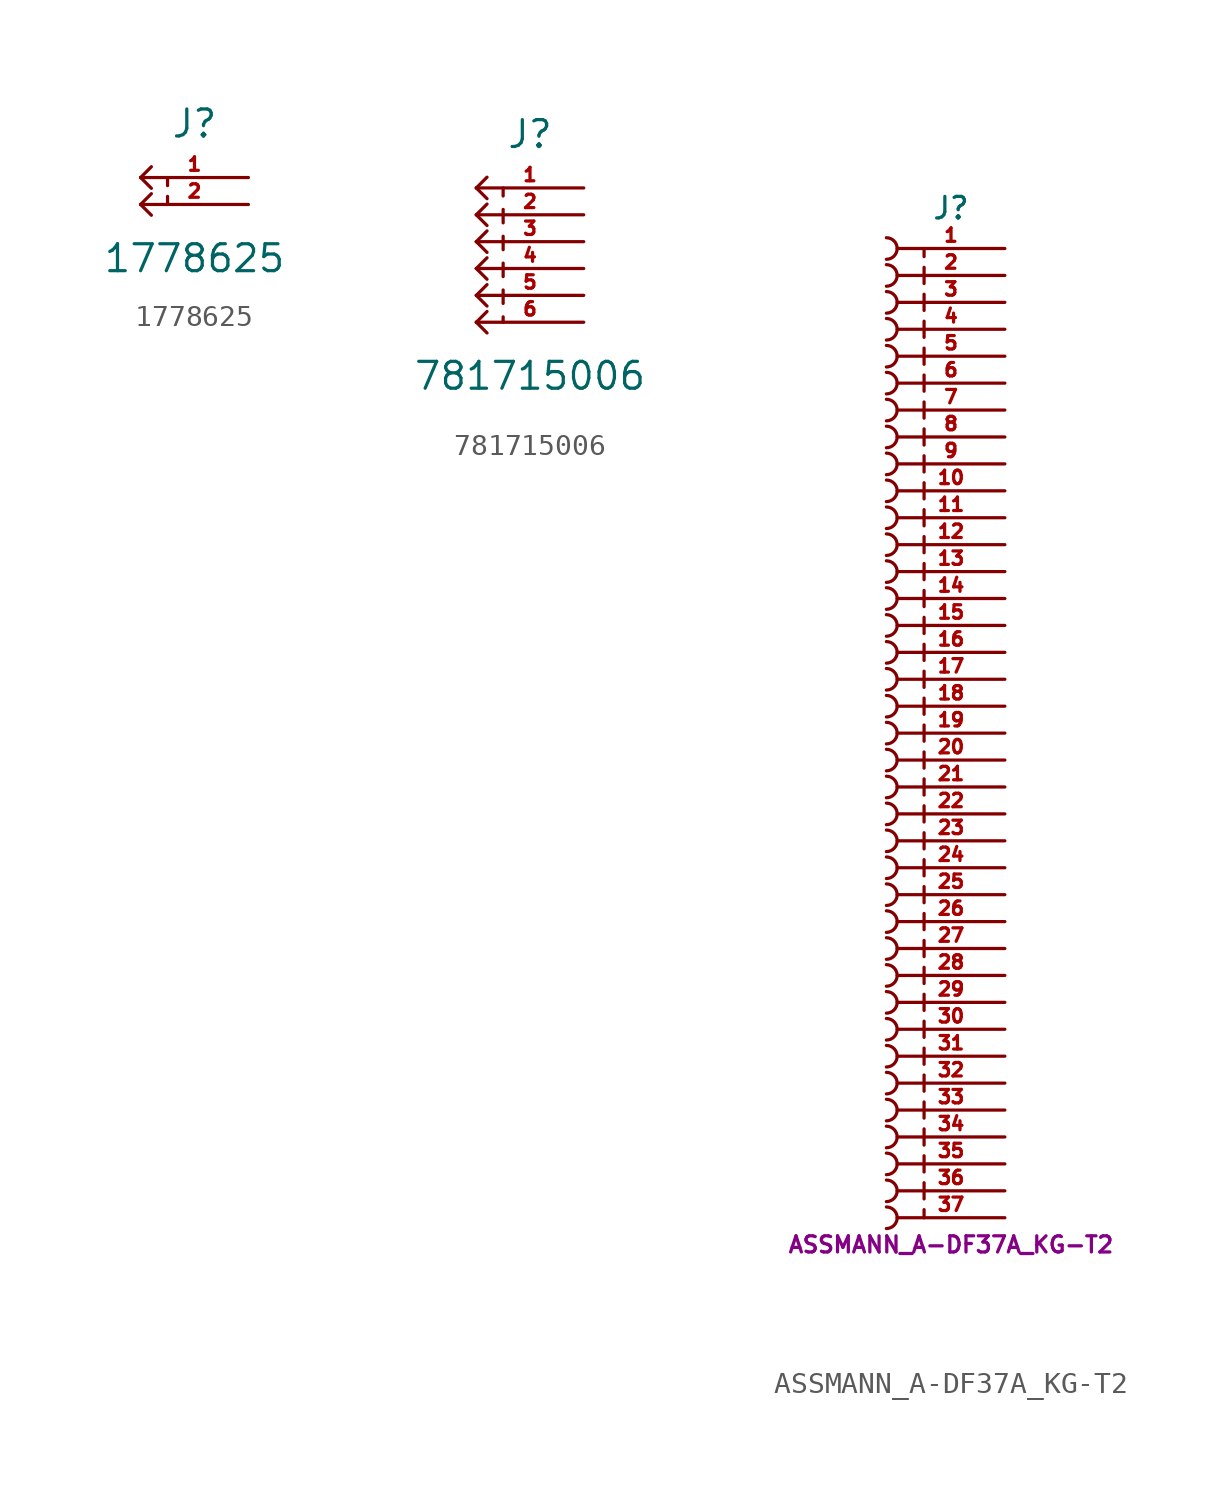
<source format=kicad_sym>
(kicad_symbol_lib
  (version 20211014)
  (generator kicad_symbol_editor)
  (symbol "1778625"
    (property "Reference" "J"
      (at 0 3.81 0)
      (effects (font (size 1.27 1.27))))
    (property "Value" "1778625"
      (at 0 -2.54 0)
      (effects (font (size 1.27 1.27))))
    (symbol "1778625_0_1"
      (polyline (pts (xy -2.54 0) (xy -2.032 -0.508)) (stroke (width 0) (type default) (color 0 0 0 0)) (fill (type none)))
      (polyline (pts (xy -2.54 0) (xy -2.032 0.508)) (stroke (width 0) (type default) (color 0 0 0 0)) (fill (type none)))
      (polyline (pts (xy -2.54 1.27) (xy -2.032 0.762)) (stroke (width 0) (type default) (color 0 0 0 0)) (fill (type none)))
      (polyline (pts (xy -2.54 1.27) (xy -2.032 1.778)) (stroke (width 0) (type default) (color 0 0 0 0)) (fill (type none)))
      (polyline (pts (xy -1.27 0.381) (xy -1.27 0)) (stroke (width 0) (type default) (color 0 0 0 0)) (fill (type none)))
      (polyline (pts (xy -1.27 1.27) (xy -1.27 0.889)) (stroke (width 0) (type default) (color 0 0 0 0)) (fill (type none))))
    (symbol "1778625_1_1"
      (pin passive line (at 2.54 1.27 180) (length 5.08) (name "" (effects (font (size 0.635 0.635)))) (number "1" (effects (font (size 0.635 0.635)))))
      (pin passive line (at 2.54 0 180) (length 5.08) (name "" (effects (font (size 0.635 0.635)))) (number "2" (effects (font (size 0.635 0.635)))))))
  (symbol "781715006"
    (property "Reference" "J"
      (at 0 3.81 0)
      (effects (font (size 1.27 1.27))))
    (property "Value" "781715006"
      (at 0 -7.62 0)
      (effects (font (size 1.27 1.27))))
    (symbol "781715006_0_1"
      (polyline (pts (xy -2.54 -5.08) (xy -2.032 -5.588)) (stroke (width 0) (type default) (color 0 0 0 0)) (fill (type none)))
      (polyline (pts (xy -2.54 -5.08) (xy -2.032 -4.572)) (stroke (width 0) (type default) (color 0 0 0 0)) (fill (type none)))
      (polyline (pts (xy -2.54 -3.81) (xy -2.032 -4.318)) (stroke (width 0) (type default) (color 0 0 0 0)) (fill (type none)))
      (polyline (pts (xy -2.54 -3.81) (xy -2.032 -3.302)) (stroke (width 0) (type default) (color 0 0 0 0)) (fill (type none)))
      (polyline (pts (xy -2.54 -2.54) (xy -2.032 -3.048)) (stroke (width 0) (type default) (color 0 0 0 0)) (fill (type none)))
      (polyline (pts (xy -2.54 -2.54) (xy -2.032 -2.032)) (stroke (width 0) (type default) (color 0 0 0 0)) (fill (type none)))
      (polyline (pts (xy -2.54 -1.27) (xy -2.032 -1.778)) (stroke (width 0) (type default) (color 0 0 0 0)) (fill (type none)))
      (polyline (pts (xy -2.54 -1.27) (xy -2.032 -0.762)) (stroke (width 0) (type default) (color 0 0 0 0)) (fill (type none)))
      (polyline (pts (xy -2.54 0) (xy -2.032 -0.508)) (stroke (width 0) (type default) (color 0 0 0 0)) (fill (type none)))
      (polyline (pts (xy -2.54 0) (xy -2.032 0.508)) (stroke (width 0) (type default) (color 0 0 0 0)) (fill (type none)))
      (polyline (pts (xy -2.54 1.27) (xy -2.032 0.762)) (stroke (width 0) (type default) (color 0 0 0 0)) (fill (type none)))
      (polyline (pts (xy -2.54 1.27) (xy -2.032 1.778)) (stroke (width 0) (type default) (color 0 0 0 0)) (fill (type none)))
      (polyline (pts (xy -1.27 -4.826) (xy -1.27 -5.08)) (stroke (width 0) (type default) (color 0 0 0 0)) (fill (type none)))
      (polyline (pts (xy -1.27 -3.556) (xy -1.27 -4.191)) (stroke (width 0) (type default) (color 0 0 0 0)) (fill (type none)))
      (polyline (pts (xy -1.27 -2.286) (xy -1.27 -2.921)) (stroke (width 0) (type default) (color 0 0 0 0)) (fill (type none)))
      (polyline (pts (xy -1.27 -1.016) (xy -1.27 -1.651)) (stroke (width 0) (type default) (color 0 0 0 0)) (fill (type none)))
      (polyline (pts (xy -1.27 0.254) (xy -1.27 -0.381)) (stroke (width 0) (type default) (color 0 0 0 0)) (fill (type none)))
      (polyline (pts (xy -1.27 1.27) (xy -1.27 0.889)) (stroke (width 0) (type default) (color 0 0 0 0)) (fill (type none))))
    (symbol "781715006_1_1"
      (pin passive line (at 2.54 1.27 180) (length 5.08) (name "" (effects (font (size 0.635 0.635)))) (number "1" (effects (font (size 0.635 0.635)))))
      (pin passive line (at 2.54 0 180) (length 5.08) (name "" (effects (font (size 0.635 0.635)))) (number "2" (effects (font (size 0.635 0.635)))))
      (pin passive line (at 2.54 -1.27 180) (length 5.08) (name "" (effects (font (size 0.635 0.635)))) (number "3" (effects (font (size 0.635 0.635)))))
      (pin passive line (at 2.54 -2.54 180) (length 5.08) (name "" (effects (font (size 0.635 0.635)))) (number "4" (effects (font (size 0.635 0.635)))))
      (pin passive line (at 2.54 -3.81 180) (length 5.08) (name "" (effects (font (size 0.635 0.635)))) (number "5" (effects (font (size 0.635 0.635)))))
      (pin passive line (at 2.54 -5.08 180) (length 5.08) (name "" (effects (font (size 0.635 0.635)))) (number "6" (effects (font (size 0.635 0.635)))))))
  (symbol "ASSMANN_A-DF37A_KG-T2"
    (pin_names
      (offset 2.54))
    (property "Reference" "J"
      (at 0 24.765 0)
      (effects (font (size 1.016 1.016))))
    (property "Footprint" ""
      (at 0 3.81 0)
      (effects (font (size 1.524 1.524))))
    (property "Datasheet" ""
      (at 0 3.81 0)
      (effects (font (size 1.524 1.524))))
    (property "Unit" "ASSMANN_A-DF37A_KG-T2"
      (at 0 -24.13 0)
      (effects (font (size 0.762 0.762))))
    (symbol "ASSMANN_A-DF37A_KG-T2_0_1"
      (arc (start -3.048 -23.368) (mid -2.54 -22.86) (end -3.048 -22.352) (stroke (width 0) (type default) (color 0 0 0 0)) (fill (type none)))
      (arc (start -3.048 -22.098) (mid -2.54 -21.59) (end -3.048 -21.082) (stroke (width 0) (type default) (color 0 0 0 0)) (fill (type none)))
      (arc (start -3.048 -20.828) (mid -2.54 -20.32) (end -3.048 -19.812) (stroke (width 0) (type default) (color 0 0 0 0)) (fill (type none)))
      (arc (start -3.048 -19.558) (mid -2.54 -19.05) (end -3.048 -18.542) (stroke (width 0) (type default) (color 0 0 0 0)) (fill (type none)))
      (arc (start -3.048 -18.288) (mid -2.54 -17.78) (end -3.048 -17.272) (stroke (width 0) (type default) (color 0 0 0 0)) (fill (type none)))
      (arc (start -3.048 -17.018) (mid -2.54 -16.51) (end -3.048 -16.002) (stroke (width 0) (type default) (color 0 0 0 0)) (fill (type none)))
      (arc (start -3.048 -15.748) (mid -2.54 -15.24) (end -3.048 -14.732) (stroke (width 0) (type default) (color 0 0 0 0)) (fill (type none)))
      (arc (start -3.048 -14.478) (mid -2.54 -13.97) (end -3.048 -13.462) (stroke (width 0) (type default) (color 0 0 0 0)) (fill (type none)))
      (arc (start -3.048 -13.208) (mid -2.54 -12.7) (end -3.048 -12.192) (stroke (width 0) (type default) (color 0 0 0 0)) (fill (type none)))
      (arc (start -3.048 -11.938) (mid -2.54 -11.43) (end -3.048 -10.922) (stroke (width 0) (type default) (color 0 0 0 0)) (fill (type none)))
      (arc (start -3.048 -10.668) (mid -2.54 -10.16) (end -3.048 -9.652) (stroke (width 0) (type default) (color 0 0 0 0)) (fill (type none)))
      (arc (start -3.048 -9.398) (mid -2.54 -8.89) (end -3.048 -8.382) (stroke (width 0) (type default) (color 0 0 0 0)) (fill (type none)))
      (arc (start -3.048 -8.128) (mid -2.54 -7.62) (end -3.048 -7.112) (stroke (width 0) (type default) (color 0 0 0 0)) (fill (type none)))
      (arc (start -3.048 -6.858) (mid -2.54 -6.35) (end -3.048 -5.842) (stroke (width 0) (type default) (color 0 0 0 0)) (fill (type none)))
      (arc (start -3.048 -5.588) (mid -2.54 -5.08) (end -3.048 -4.572) (stroke (width 0) (type default) (color 0 0 0 0)) (fill (type none)))
      (arc (start -3.048 -4.318) (mid -2.54 -3.81) (end -3.048 -3.302) (stroke (width 0) (type default) (color 0 0 0 0)) (fill (type none)))
      (arc (start -3.048 -3.048) (mid -2.54 -2.54) (end -3.048 -2.032) (stroke (width 0) (type default) (color 0 0 0 0)) (fill (type none)))
      (arc (start -3.048 -1.778) (mid -2.54 -1.27) (end -3.048 -0.762) (stroke (width 0) (type default) (color 0 0 0 0)) (fill (type none)))
      (arc (start -3.048 -0.508) (mid -2.54 0) (end -3.048 0.508) (stroke (width 0) (type default) (color 0 0 0 0)) (fill (type none)))
      (arc (start -3.048 0.762) (mid -2.54 1.27) (end -3.048 1.778) (stroke (width 0) (type default) (color 0 0 0 0)) (fill (type none)))
      (arc (start -3.048 2.032) (mid -2.54 2.54) (end -3.048 3.048) (stroke (width 0) (type default) (color 0 0 0 0)) (fill (type none)))
      (arc (start -3.048 3.302) (mid -2.54 3.81) (end -3.048 4.318) (stroke (width 0) (type default) (color 0 0 0 0)) (fill (type none)))
      (arc (start -3.048 4.572) (mid -2.54 5.08) (end -3.048 5.588) (stroke (width 0) (type default) (color 0 0 0 0)) (fill (type none)))
      (arc (start -3.048 5.842) (mid -2.54 6.35) (end -3.048 6.858) (stroke (width 0) (type default) (color 0 0 0 0)) (fill (type none)))
      (arc (start -3.048 7.112) (mid -2.54 7.62) (end -3.048 8.128) (stroke (width 0) (type default) (color 0 0 0 0)) (fill (type none)))
      (arc (start -3.048 8.382) (mid -2.54 8.89) (end -3.048 9.398) (stroke (width 0) (type default) (color 0 0 0 0)) (fill (type none)))
      (arc (start -3.048 9.652) (mid -2.54 10.16) (end -3.048 10.668) (stroke (width 0) (type default) (color 0 0 0 0)) (fill (type none)))
      (arc (start -3.048 10.922) (mid -2.54 11.43) (end -3.048 11.938) (stroke (width 0) (type default) (color 0 0 0 0)) (fill (type none)))
      (arc (start -3.048 12.192) (mid -2.54 12.7) (end -3.048 13.208) (stroke (width 0) (type default) (color 0 0 0 0)) (fill (type none)))
      (arc (start -3.048 13.462) (mid -2.54 13.97) (end -3.048 14.478) (stroke (width 0) (type default) (color 0 0 0 0)) (fill (type none)))
      (arc (start -3.048 14.732) (mid -2.54 15.24) (end -3.048 15.748) (stroke (width 0) (type default) (color 0 0 0 0)) (fill (type none)))
      (arc (start -3.048 16.002) (mid -2.54 16.51) (end -3.048 17.018) (stroke (width 0) (type default) (color 0 0 0 0)) (fill (type none)))
      (arc (start -3.048 17.272) (mid -2.54 17.78) (end -3.048 18.288) (stroke (width 0) (type default) (color 0 0 0 0)) (fill (type none)))
      (arc (start -3.048 18.542) (mid -2.54 19.05) (end -3.048 19.558) (stroke (width 0) (type default) (color 0 0 0 0)) (fill (type none)))
      (arc (start -3.048 19.812) (mid -2.54 20.32) (end -3.048 20.828) (stroke (width 0) (type default) (color 0 0 0 0)) (fill (type none)))
      (arc (start -3.048 21.082) (mid -2.54 21.59) (end -3.048 22.098) (stroke (width 0) (type default) (color 0 0 0 0)) (fill (type none)))
      (arc (start -3.048 22.352) (mid -2.54 22.86) (end -3.048 23.368) (stroke (width 0) (type default) (color 0 0 0 0)) (fill (type none)))
      (polyline (pts (xy -1.27 -22.86) (xy -1.27 -22.479)) (stroke (width 0) (type default) (color 0 0 0 0)) (fill (type none)))
      (polyline (pts (xy -1.27 -21.971) (xy -1.27 -21.209)) (stroke (width 0) (type default) (color 0 0 0 0)) (fill (type none)))
      (polyline (pts (xy -1.27 -20.701) (xy -1.27 -19.939)) (stroke (width 0) (type default) (color 0 0 0 0)) (fill (type none)))
      (polyline (pts (xy -1.27 -19.431) (xy -1.27 -18.669)) (stroke (width 0) (type default) (color 0 0 0 0)) (fill (type none)))
      (polyline (pts (xy -1.27 -18.161) (xy -1.27 -17.399)) (stroke (width 0) (type default) (color 0 0 0 0)) (fill (type none)))
      (polyline (pts (xy -1.27 -16.891) (xy -1.27 -16.129)) (stroke (width 0) (type default) (color 0 0 0 0)) (fill (type none)))
      (polyline (pts (xy -1.27 -15.621) (xy -1.27 -14.859)) (stroke (width 0) (type default) (color 0 0 0 0)) (fill (type none)))
      (polyline (pts (xy -1.27 -14.351) (xy -1.27 -13.589)) (stroke (width 0) (type default) (color 0 0 0 0)) (fill (type none)))
      (polyline (pts (xy -1.27 -13.081) (xy -1.27 -12.319)) (stroke (width 0) (type default) (color 0 0 0 0)) (fill (type none)))
      (polyline (pts (xy -1.27 -11.811) (xy -1.27 -11.049)) (stroke (width 0) (type default) (color 0 0 0 0)) (fill (type none)))
      (polyline (pts (xy -1.27 -10.541) (xy -1.27 -9.779)) (stroke (width 0) (type default) (color 0 0 0 0)) (fill (type none)))
      (polyline (pts (xy -1.27 -9.271) (xy -1.27 -8.509)) (stroke (width 0) (type default) (color 0 0 0 0)) (fill (type none)))
      (polyline (pts (xy -1.27 -8.001) (xy -1.27 -7.239)) (stroke (width 0) (type default) (color 0 0 0 0)) (fill (type none)))
      (polyline (pts (xy -1.27 -6.731) (xy -1.27 -5.969)) (stroke (width 0) (type default) (color 0 0 0 0)) (fill (type none)))
      (polyline (pts (xy -1.27 -5.461) (xy -1.27 -4.699)) (stroke (width 0) (type default) (color 0 0 0 0)) (fill (type none)))
      (polyline (pts (xy -1.27 -4.191) (xy -1.27 -3.429)) (stroke (width 0) (type default) (color 0 0 0 0)) (fill (type none)))
      (polyline (pts (xy -1.27 -2.921) (xy -1.27 -2.159)) (stroke (width 0) (type default) (color 0 0 0 0)) (fill (type none)))
      (polyline (pts (xy -1.27 -1.651) (xy -1.27 -0.889)) (stroke (width 0) (type default) (color 0 0 0 0)) (fill (type none)))
      (polyline (pts (xy -1.27 -0.381) (xy -1.27 0.381)) (stroke (width 0) (type default) (color 0 0 0 0)) (fill (type none)))
      (polyline (pts (xy -1.27 0.889) (xy -1.27 1.651)) (stroke (width 0) (type default) (color 0 0 0 0)) (fill (type none)))
      (polyline (pts (xy -1.27 2.159) (xy -1.27 2.921)) (stroke (width 0) (type default) (color 0 0 0 0)) (fill (type none)))
      (polyline (pts (xy -1.27 3.429) (xy -1.27 4.191)) (stroke (width 0) (type default) (color 0 0 0 0)) (fill (type none)))
      (polyline (pts (xy -1.27 4.699) (xy -1.27 5.461)) (stroke (width 0) (type default) (color 0 0 0 0)) (fill (type none)))
      (polyline (pts (xy -1.27 5.969) (xy -1.27 6.731)) (stroke (width 0) (type default) (color 0 0 0 0)) (fill (type none)))
      (polyline (pts (xy -1.27 7.239) (xy -1.27 8.001)) (stroke (width 0) (type default) (color 0 0 0 0)) (fill (type none)))
      (polyline (pts (xy -1.27 8.509) (xy -1.27 9.271)) (stroke (width 0) (type default) (color 0 0 0 0)) (fill (type none)))
      (polyline (pts (xy -1.27 9.779) (xy -1.27 10.541)) (stroke (width 0) (type default) (color 0 0 0 0)) (fill (type none)))
      (polyline (pts (xy -1.27 11.049) (xy -1.27 11.811)) (stroke (width 0) (type default) (color 0 0 0 0)) (fill (type none)))
      (polyline (pts (xy -1.27 12.319) (xy -1.27 13.081)) (stroke (width 0) (type default) (color 0 0 0 0)) (fill (type none)))
      (polyline (pts (xy -1.27 13.589) (xy -1.27 14.351)) (stroke (width 0) (type default) (color 0 0 0 0)) (fill (type none)))
      (polyline (pts (xy -1.27 14.859) (xy -1.27 15.621)) (stroke (width 0) (type default) (color 0 0 0 0)) (fill (type none)))
      (polyline (pts (xy -1.27 16.129) (xy -1.27 16.891)) (stroke (width 0) (type default) (color 0 0 0 0)) (fill (type none)))
      (polyline (pts (xy -1.27 17.399) (xy -1.27 18.161)) (stroke (width 0) (type default) (color 0 0 0 0)) (fill (type none)))
      (polyline (pts (xy -1.27 18.669) (xy -1.27 19.431)) (stroke (width 0) (type default) (color 0 0 0 0)) (fill (type none)))
      (polyline (pts (xy -1.27 19.939) (xy -1.27 20.701)) (stroke (width 0) (type default) (color 0 0 0 0)) (fill (type none)))
      (polyline (pts (xy -1.27 21.209) (xy -1.27 21.971)) (stroke (width 0) (type default) (color 0 0 0 0)) (fill (type none)))
      (polyline (pts (xy -1.27 22.86) (xy -1.27 22.479)) (stroke (width 0) (type default) (color 0 0 0 0)) (fill (type none))))
    (symbol "ASSMANN_A-DF37A_KG-T2_1_1"
      (pin passive line (at 2.54 22.86 180) (length 5.08) (name "~" (effects (font (size 0.635 0.635)))) (number "1" (effects (font (size 0.635 0.635)))))
      (pin passive line (at 2.54 11.43 180) (length 5.08) (name "~" (effects (font (size 0.635 0.635)))) (number "10" (effects (font (size 0.635 0.635)))))
      (pin passive line (at 2.54 10.16 180) (length 5.08) (name "~" (effects (font (size 0.635 0.635)))) (number "11" (effects (font (size 0.635 0.635)))))
      (pin passive line (at 2.54 8.89 180) (length 5.08) (name "~" (effects (font (size 0.635 0.635)))) (number "12" (effects (font (size 0.635 0.635)))))
      (pin passive line (at 2.54 7.62 180) (length 5.08) (name "~" (effects (font (size 0.635 0.635)))) (number "13" (effects (font (size 0.635 0.635)))))
      (pin passive line (at 2.54 6.35 180) (length 5.08) (name "~" (effects (font (size 0.635 0.635)))) (number "14" (effects (font (size 0.635 0.635)))))
      (pin passive line (at 2.54 5.08 180) (length 5.08) (name "~" (effects (font (size 0.635 0.635)))) (number "15" (effects (font (size 0.635 0.635)))))
      (pin passive line (at 2.54 3.81 180) (length 5.08) (name "~" (effects (font (size 0.635 0.635)))) (number "16" (effects (font (size 0.635 0.635)))))
      (pin passive line (at 2.54 2.54 180) (length 5.08) (name "~" (effects (font (size 0.635 0.635)))) (number "17" (effects (font (size 0.635 0.635)))))
      (pin passive line (at 2.54 1.27 180) (length 5.08) (name "~" (effects (font (size 0.635 0.635)))) (number "18" (effects (font (size 0.635 0.635)))))
      (pin passive line (at 2.54 0 180) (length 5.08) (name "~" (effects (font (size 0.635 0.635)))) (number "19" (effects (font (size 0.635 0.635)))))
      (pin passive line (at 2.54 21.59 180) (length 5.08) (name "~" (effects (font (size 0.635 0.635)))) (number "2" (effects (font (size 0.635 0.635)))))
      (pin passive line (at 2.54 -1.27 180) (length 5.08) (name "~" (effects (font (size 0.635 0.635)))) (number "20" (effects (font (size 0.635 0.635)))))
      (pin passive line (at 2.54 -2.54 180) (length 5.08) (name "~" (effects (font (size 0.635 0.635)))) (number "21" (effects (font (size 0.635 0.635)))))
      (pin passive line (at 2.54 -3.81 180) (length 5.08) (name "~" (effects (font (size 0.635 0.635)))) (number "22" (effects (font (size 0.635 0.635)))))
      (pin passive line (at 2.54 -5.08 180) (length 5.08) (name "~" (effects (font (size 0.635 0.635)))) (number "23" (effects (font (size 0.635 0.635)))))
      (pin passive line (at 2.54 -6.35 180) (length 5.08) (name "~" (effects (font (size 0.635 0.635)))) (number "24" (effects (font (size 0.635 0.635)))))
      (pin passive line (at 2.54 -7.62 180) (length 5.08) (name "~" (effects (font (size 0.635 0.635)))) (number "25" (effects (font (size 0.635 0.635)))))
      (pin passive line (at 2.54 -8.89 180) (length 5.08) (name "~" (effects (font (size 0.635 0.635)))) (number "26" (effects (font (size 0.635 0.635)))))
      (pin passive line (at 2.54 -10.16 180) (length 5.08) (name "~" (effects (font (size 0.635 0.635)))) (number "27" (effects (font (size 0.635 0.635)))))
      (pin passive line (at 2.54 -11.43 180) (length 5.08) (name "~" (effects (font (size 0.635 0.635)))) (number "28" (effects (font (size 0.635 0.635)))))
      (pin passive line (at 2.54 -12.7 180) (length 5.08) (name "~" (effects (font (size 0.635 0.635)))) (number "29" (effects (font (size 0.635 0.635)))))
      (pin passive line (at 2.54 20.32 180) (length 5.08) (name "~" (effects (font (size 0.635 0.635)))) (number "3" (effects (font (size 0.635 0.635)))))
      (pin passive line (at 2.54 -13.97 180) (length 5.08) (name "~" (effects (font (size 0.635 0.635)))) (number "30" (effects (font (size 0.635 0.635)))))
      (pin passive line (at 2.54 -15.24 180) (length 5.08) (name "~" (effects (font (size 0.635 0.635)))) (number "31" (effects (font (size 0.635 0.635)))))
      (pin passive line (at 2.54 -16.51 180) (length 5.08) (name "~" (effects (font (size 0.635 0.635)))) (number "32" (effects (font (size 0.635 0.635)))))
      (pin passive line (at 2.54 -17.78 180) (length 5.08) (name "~" (effects (font (size 0.635 0.635)))) (number "33" (effects (font (size 0.635 0.635)))))
      (pin passive line (at 2.54 -19.05 180) (length 5.08) (name "~" (effects (font (size 0.635 0.635)))) (number "34" (effects (font (size 0.635 0.635)))))
      (pin passive line (at 2.54 -20.32 180) (length 5.08) (name "~" (effects (font (size 0.635 0.635)))) (number "35" (effects (font (size 0.635 0.635)))))
      (pin passive line (at 2.54 -21.59 180) (length 5.08) (name "~" (effects (font (size 0.635 0.635)))) (number "36" (effects (font (size 0.635 0.635)))))
      (pin passive line (at 2.54 -22.86 180) (length 5.08) (name "~" (effects (font (size 0.635 0.635)))) (number "37" (effects (font (size 0.635 0.635)))))
      (pin passive line (at 2.54 19.05 180) (length 5.08) (name "~" (effects (font (size 0.635 0.635)))) (number "4" (effects (font (size 0.635 0.635)))))
      (pin passive line (at 2.54 17.78 180) (length 5.08) (name "~" (effects (font (size 0.635 0.635)))) (number "5" (effects (font (size 0.635 0.635)))))
      (pin passive line (at 2.54 16.51 180) (length 5.08) (name "~" (effects (font (size 0.635 0.635)))) (number "6" (effects (font (size 0.635 0.635)))))
      (pin passive line (at 2.54 15.24 180) (length 5.08) (name "~" (effects (font (size 0.635 0.635)))) (number "7" (effects (font (size 0.635 0.635)))))
      (pin passive line (at 2.54 13.97 180) (length 5.08) (name "~" (effects (font (size 0.635 0.635)))) (number "8" (effects (font (size 0.635 0.635)))))
      (pin passive line (at 2.54 12.7 180) (length 5.08) (name "~" (effects (font (size 0.635 0.635)))) (number "9" (effects (font (size 0.635 0.635))))))))
</source>
